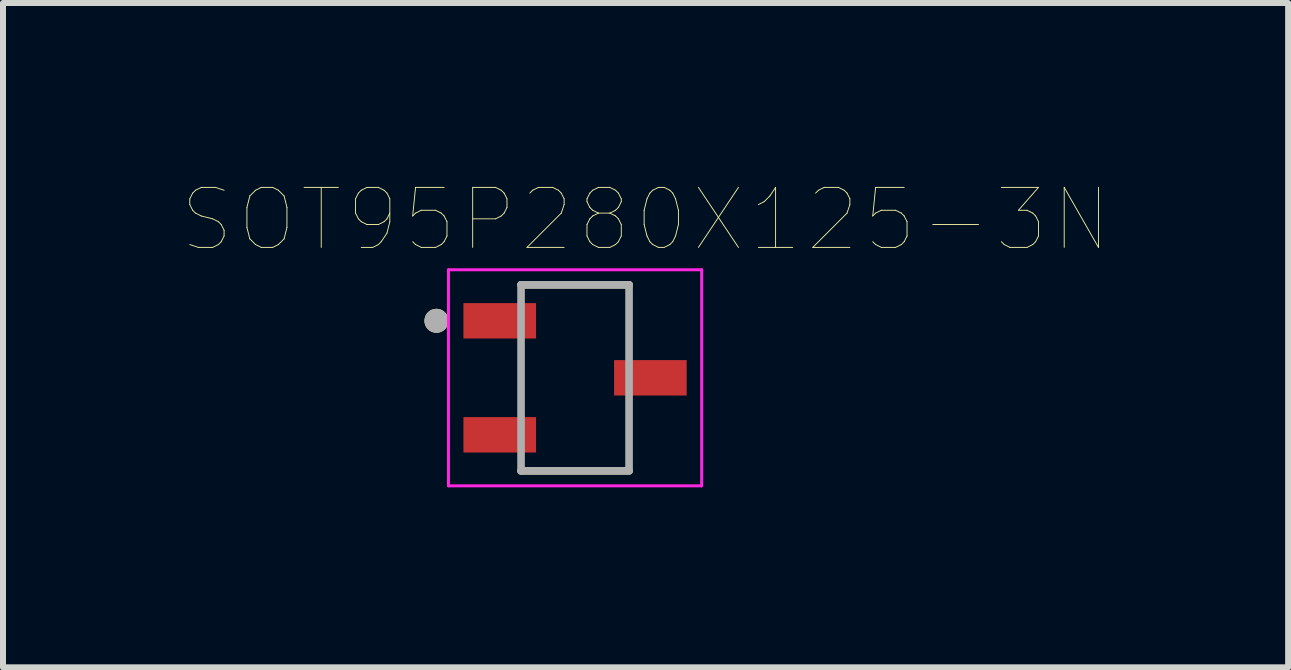
<source format=kicad_pcb>
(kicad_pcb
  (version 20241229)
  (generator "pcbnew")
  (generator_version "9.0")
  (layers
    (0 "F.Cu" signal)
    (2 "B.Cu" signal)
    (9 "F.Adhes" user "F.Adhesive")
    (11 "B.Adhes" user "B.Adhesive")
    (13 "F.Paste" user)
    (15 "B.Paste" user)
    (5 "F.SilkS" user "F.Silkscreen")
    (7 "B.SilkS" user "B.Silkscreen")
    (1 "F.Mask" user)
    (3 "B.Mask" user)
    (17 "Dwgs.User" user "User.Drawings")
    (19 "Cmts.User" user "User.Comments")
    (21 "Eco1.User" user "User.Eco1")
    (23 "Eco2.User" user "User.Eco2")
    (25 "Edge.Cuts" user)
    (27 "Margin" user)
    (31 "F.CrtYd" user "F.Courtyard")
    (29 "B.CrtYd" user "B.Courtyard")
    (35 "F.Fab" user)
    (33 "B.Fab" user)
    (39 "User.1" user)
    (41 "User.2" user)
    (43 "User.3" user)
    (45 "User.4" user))
  (footprint "SOT95P280X125-3N"
    (layer "F.Cu")
    (at 6.533 3.246)
    (property "Reference" "SOT95P280X125-3N" (at 1.175 -2.635 0) (layer "F.SilkS") (effects (font (size 1 1) (thickness 0.015))))
    (attr through_hole)
    (fp_line (start -0.9 1.55) (end 0.9 1.55) (stroke (width 0.127) (type solid)) (layer "F.SilkS"))
    (fp_line (start 0.9 -1.55) (end -0.9 -1.55) (stroke (width 0.127) (type solid)) (layer "F.SilkS"))
    (fp_circle (center -2.31 -0.95) (end -2.21 -0.95) (stroke (width 0.2) (type solid)) (fill no) (layer "F.SilkS"))
    (fp_line (start -2.11 -1.8) (end 2.11 -1.8) (stroke (width 0.05) (type solid)) (layer "F.CrtYd"))
    (fp_line (start -2.11 1.8) (end -2.11 -1.8) (stroke (width 0.05) (type solid)) (layer "F.CrtYd"))
    (fp_line (start 2.11 -1.8) (end 2.11 1.8) (stroke (width 0.05) (type solid)) (layer "F.CrtYd"))
    (fp_line (start 2.11 1.8) (end -2.11 1.8) (stroke (width 0.05) (type solid)) (layer "F.CrtYd"))
    (fp_line (start -0.9 -1.55) (end -0.9 1.55) (stroke (width 0.127) (type solid)) (layer "F.Fab"))
    (fp_line (start -0.9 1.55) (end 0.9 1.55) (stroke (width 0.127) (type solid)) (layer "F.Fab"))
    (fp_line (start 0.9 -1.55) (end -0.9 -1.55) (stroke (width 0.127) (type solid)) (layer "F.Fab"))
    (fp_line (start 0.9 1.55) (end 0.9 -1.55) (stroke (width 0.127) (type solid)) (layer "F.Fab"))
    (fp_circle (center -2.31 -0.95) (end -2.21 -0.95) (stroke (width 0.2) (type solid)) (fill no) (layer "F.Fab"))
    (pad "1" smd rect (at -1.255 -0.95) (size 1.21 0.59) (layers "F.Cu" "F.Mask" "F.Paste"))
    (pad "2" smd rect (at -1.255 0.95) (size 1.21 0.59) (layers "F.Cu" "F.Mask" "F.Paste"))
    (pad "3" smd rect (at 1.255 0) (size 1.21 0.59) (layers "F.Cu" "F.Mask" "F.Paste")))
  (gr_rect
    (start -3 -3)
    (end 18.416 8.071)
    (stroke (width 0.1) (type default))
    (fill no)
    (layer "Edge.Cuts")))
</source>
